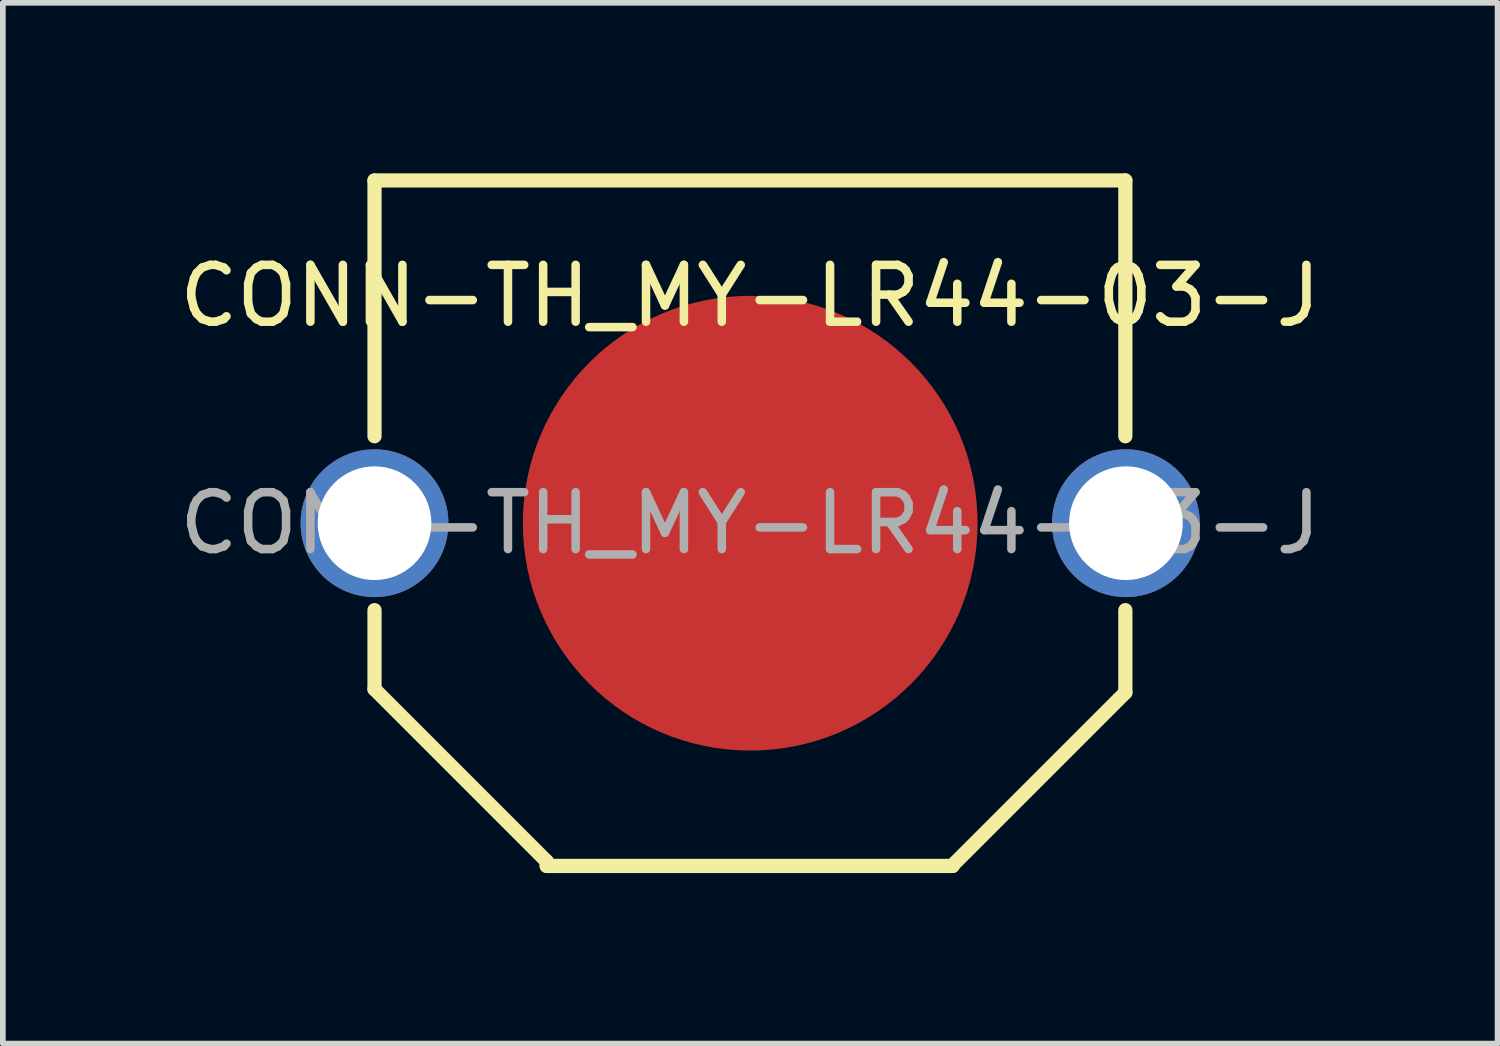
<source format=kicad_pcb>
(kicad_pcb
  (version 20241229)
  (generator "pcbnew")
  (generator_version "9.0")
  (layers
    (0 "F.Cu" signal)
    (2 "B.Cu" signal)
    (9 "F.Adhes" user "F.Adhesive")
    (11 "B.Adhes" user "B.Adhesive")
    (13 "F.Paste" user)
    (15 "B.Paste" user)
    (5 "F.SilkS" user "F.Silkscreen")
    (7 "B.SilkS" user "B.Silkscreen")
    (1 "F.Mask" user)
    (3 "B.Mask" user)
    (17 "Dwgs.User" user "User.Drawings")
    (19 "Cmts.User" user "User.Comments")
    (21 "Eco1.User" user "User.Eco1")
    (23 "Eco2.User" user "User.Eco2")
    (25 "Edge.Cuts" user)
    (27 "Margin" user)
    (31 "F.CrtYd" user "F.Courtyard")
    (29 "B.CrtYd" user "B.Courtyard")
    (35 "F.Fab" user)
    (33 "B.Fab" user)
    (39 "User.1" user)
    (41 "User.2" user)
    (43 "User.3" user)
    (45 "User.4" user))
  (footprint "CONN-TH_MY-LR44-03-J"
    (layer "F.Cu")
    (at 10.149 6.155)
    (property "Reference" "CONN-TH_MY-LR44-03-J" (at 0 -4 0) (layer "F.SilkS") (effects (font (size 1 1) (thickness 0.15))))
    (attr through_hole)
    (fp_line (start -6.61 -6.03) (end -6.61 -1.53) (stroke (width 0.25) (type solid)) (layer "F.SilkS"))
    (fp_line (start -6.61 -6.03) (end 6.6 -6.03) (stroke (width 0.25) (type solid)) (layer "F.SilkS"))
    (fp_line (start -6.61 2.92) (end -6.61 1.53) (stroke (width 0.25) (type solid)) (layer "F.SilkS"))
    (fp_line (start -3.58 5.95) (end -6.61 2.92) (stroke (width 0.25) (type solid)) (layer "F.SilkS"))
    (fp_line (start -3.58 6.03) (end -3.58 5.95) (stroke (width 0.25) (type solid)) (layer "F.SilkS"))
    (fp_line (start -3.58 6.03) (end 3.56 6.03) (stroke (width 0.25) (type solid)) (layer "F.SilkS"))
    (fp_line (start 3.56 6.02) (end 6.6 2.98) (stroke (width 0.25) (type solid)) (layer "F.SilkS"))
    (fp_line (start 3.56 6.03) (end 3.56 6.02) (stroke (width 0.25) (type solid)) (layer "F.SilkS"))
    (fp_line (start 6.6 -6.03) (end 6.6 -1.53) (stroke (width 0.25) (type solid)) (layer "F.SilkS"))
    (fp_line (start 6.6 2.98) (end 6.6 1.53) (stroke (width 0.25) (type solid)) (layer "F.SilkS"))
    (fp_line (start -6.61 -6.03) (end -6.61 -1.53) (stroke (width 0.25) (type solid)) (layer "User.2"))
    (fp_line (start -6.61 -6.03) (end 6.6 -6.03) (stroke (width 0.25) (type solid)) (layer "User.2"))
    (fp_line (start -6.61 2.92) (end -6.61 1.53) (stroke (width 0.25) (type solid)) (layer "User.2"))
    (fp_line (start -3.58 5.95) (end -6.61 2.92) (stroke (width 0.25) (type solid)) (layer "User.2"))
    (fp_line (start -3.58 6.03) (end 3.56 6.03) (stroke (width 0.25) (type solid)) (layer "User.2"))
    (fp_line (start 3.56 6.02) (end 6.6 2.98) (stroke (width 0.25) (type solid)) (layer "User.2"))
    (fp_line (start 6.6 -6.03) (end 6.6 -1.53) (stroke (width 0.25) (type solid)) (layer "User.2"))
    (fp_line (start 6.6 2.98) (end 6.6 1.53) (stroke (width 0.25) (type solid)) (layer "User.2"))
    (fp_text user "${REFERENCE}" (at 0 0 0) (layer "F.Fab") (effects (font (size 1 1) (thickness 0.15))))
    (pad "1" thru_hole circle (at -6.61 0) (size 2.6 2.6) (drill 2) (layers "*.Cu" "*.Mask"))
    (pad "1" thru_hole circle (at 6.61 0) (size 2.6 2.6) (drill 2) (layers "*.Cu" "*.Mask"))
    (pad "2" smd circle (at 0 0) (size 8 8) (layers "F.Cu" "F.Mask" "F.Paste")))
  (gr_rect
    (start -3 -3)
    (end 23.298 15.31)
    (stroke (width 0.1) (type default))
    (fill no)
    (layer "Edge.Cuts")))
</source>
